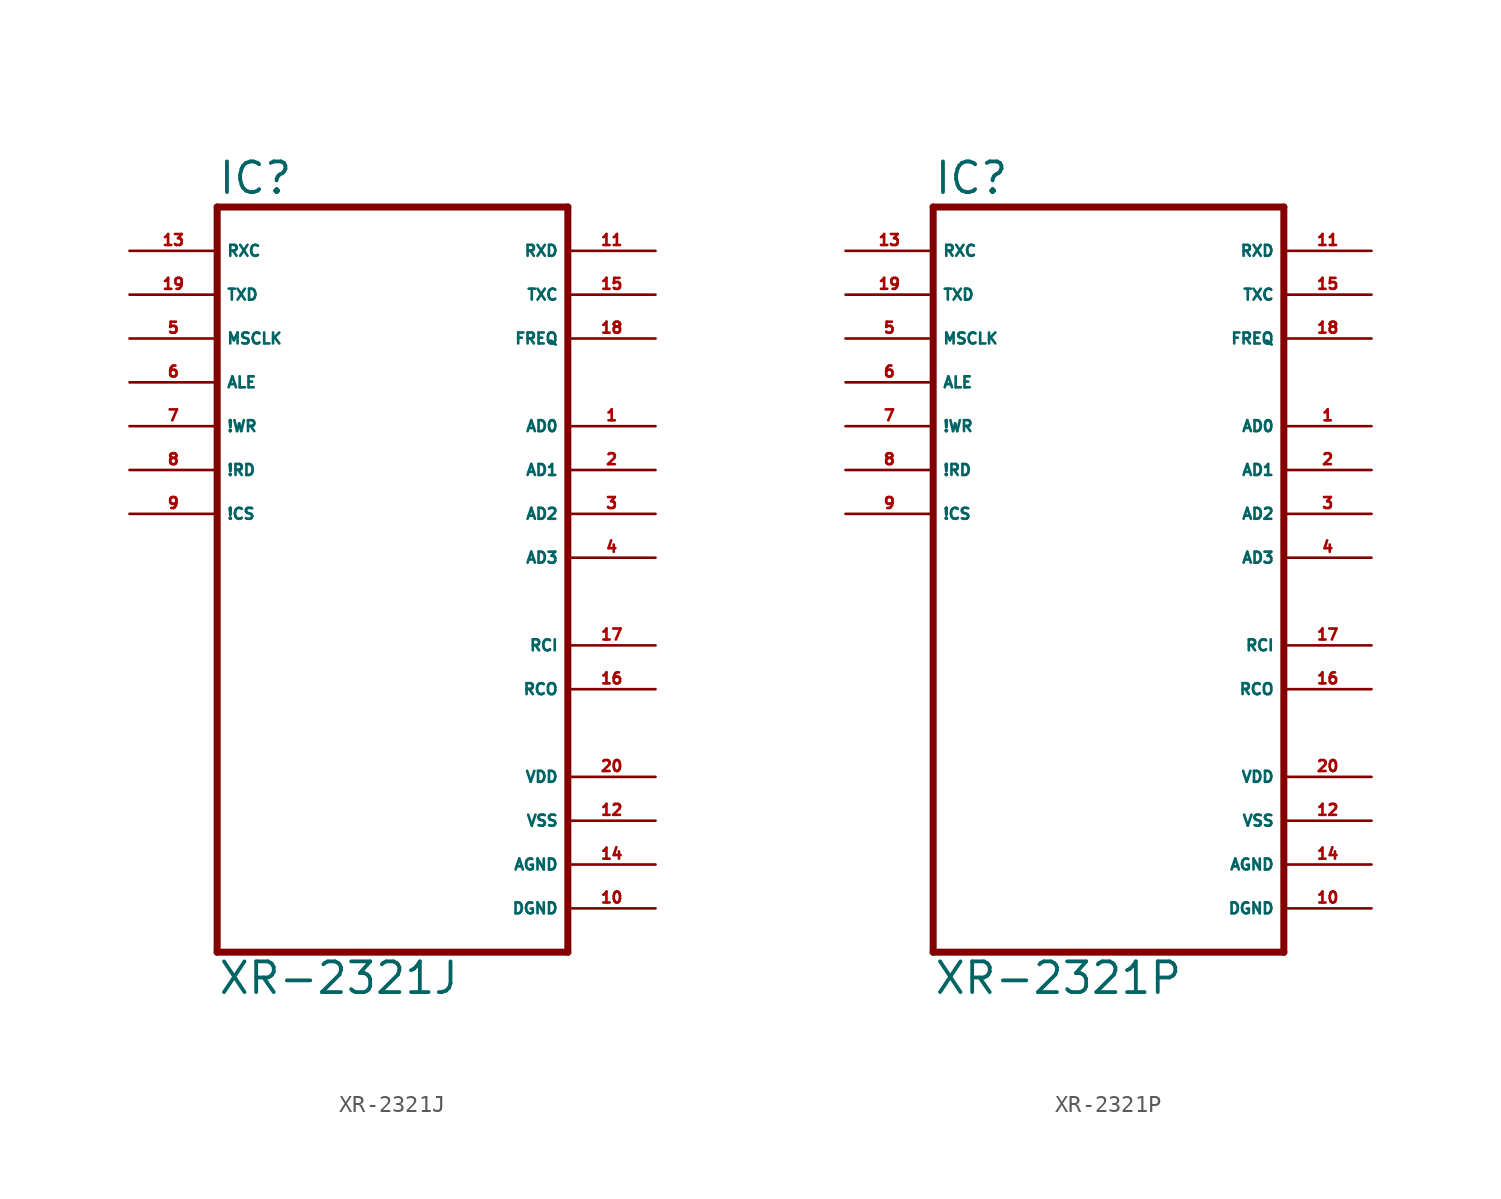
<source format=kicad_sym>
(kicad_symbol_lib
  (version 20220914)
  (generator Eagle2Kicad)
  (symbol "XR-2321J"
    (property "Reference" "IC"
      (at -10.16 23.495 0)
      (effects (font (size 1.778 1.778) (thickness 0.22)) (justify left bottom)))
    (property "Value" "XR-2321J"
      (at -10.16 -22.86 0)
      (effects (font (size 1.778 1.778) (thickness 0.22)) (justify left bottom)))
    (polyline
      (pts (xy -10.16 22.86) (xy 10.16 22.86))
      (stroke (width 0.406) (type default))
      (fill (type none)))
    (polyline
      (pts (xy 10.16 22.86) (xy 10.16 -20.32))
      (stroke (width 0.406) (type default))
      (fill (type none)))
    (polyline
      (pts (xy 10.16 -20.32) (xy -10.16 -20.32))
      (stroke (width 0.406) (type default))
      (fill (type none)))
    (polyline
      (pts (xy -10.16 -20.32) (xy -10.16 22.86))
      (stroke (width 0.406) (type default))
      (fill (type none)))
    (pin bidirectional line
      (at 15.24 10.16 180)
      (length 5.08)
      (name "AD0" (effects (font (size 0.635 0.635) (thickness 0.08)) (justify left bottom)))
      (number "1" (effects (font (size 0.635 0.635) (thickness 0.08)) (justify left bottom))))
    (pin bidirectional line
      (at 15.24 7.62 180)
      (length 5.08)
      (name "AD1" (effects (font (size 0.635 0.635) (thickness 0.08)) (justify left bottom)))
      (number "2" (effects (font (size 0.635 0.635) (thickness 0.08)) (justify left bottom))))
    (pin bidirectional line
      (at 15.24 5.08 180)
      (length 5.08)
      (name "AD2" (effects (font (size 0.635 0.635) (thickness 0.08)) (justify left bottom)))
      (number "3" (effects (font (size 0.635 0.635) (thickness 0.08)) (justify left bottom))))
    (pin bidirectional line
      (at 15.24 2.54 180)
      (length 5.08)
      (name "AD3" (effects (font (size 0.635 0.635) (thickness 0.08)) (justify left bottom)))
      (number "4" (effects (font (size 0.635 0.635) (thickness 0.08)) (justify left bottom))))
    (pin bidirectional line
      (at 15.24 -2.54 180)
      (length 5.08)
      (name "RCI" (effects (font (size 0.635 0.635) (thickness 0.08)) (justify left bottom)))
      (number "17" (effects (font (size 0.635 0.635) (thickness 0.08)) (justify left bottom))))
    (pin bidirectional line
      (at 15.24 -5.08 180)
      (length 5.08)
      (name "RCO" (effects (font (size 0.635 0.635) (thickness 0.08)) (justify left bottom)))
      (number "16" (effects (font (size 0.635 0.635) (thickness 0.08)) (justify left bottom))))
    (pin input line
      (at -15.24 20.32 0)
      (length 5.08)
      (name "RXC" (effects (font (size 0.635 0.635) (thickness 0.08)) (justify left bottom)))
      (number "13" (effects (font (size 0.635 0.635) (thickness 0.08)) (justify left bottom))))
    (pin input line
      (at -15.24 17.78 0)
      (length 5.08)
      (name "TXD" (effects (font (size 0.635 0.635) (thickness 0.08)) (justify left bottom)))
      (number "19" (effects (font (size 0.635 0.635) (thickness 0.08)) (justify left bottom))))
    (pin input line
      (at -15.24 15.24 0)
      (length 5.08)
      (name "MSCLK" (effects (font (size 0.635 0.635) (thickness 0.08)) (justify left bottom)))
      (number "5" (effects (font (size 0.635 0.635) (thickness 0.08)) (justify left bottom))))
    (pin input line
      (at -15.24 12.7 0)
      (length 5.08)
      (name "ALE" (effects (font (size 0.635 0.635) (thickness 0.08)) (justify left bottom)))
      (number "6" (effects (font (size 0.635 0.635) (thickness 0.08)) (justify left bottom))))
    (pin input line
      (at -15.24 10.16 0)
      (length 5.08)
      (name "!WR" (effects (font (size 0.635 0.635) (thickness 0.08)) (justify left bottom)))
      (number "7" (effects (font (size 0.635 0.635) (thickness 0.08)) (justify left bottom))))
    (pin input line
      (at -15.24 7.62 0)
      (length 5.08)
      (name "!RD" (effects (font (size 0.635 0.635) (thickness 0.08)) (justify left bottom)))
      (number "8" (effects (font (size 0.635 0.635) (thickness 0.08)) (justify left bottom))))
    (pin input line
      (at -15.24 5.08 0)
      (length 5.08)
      (name "!CS" (effects (font (size 0.635 0.635) (thickness 0.08)) (justify left bottom)))
      (number "9" (effects (font (size 0.635 0.635) (thickness 0.08)) (justify left bottom))))
    (pin output line
      (at 15.24 17.78 180)
      (length 5.08)
      (name "TXC" (effects (font (size 0.635 0.635) (thickness 0.08)) (justify left bottom)))
      (number "15" (effects (font (size 0.635 0.635) (thickness 0.08)) (justify left bottom))))
    (pin output line
      (at 15.24 20.32 180)
      (length 5.08)
      (name "RXD" (effects (font (size 0.635 0.635) (thickness 0.08)) (justify left bottom)))
      (number "11" (effects (font (size 0.635 0.635) (thickness 0.08)) (justify left bottom))))
    (pin output line
      (at 15.24 15.24 180)
      (length 5.08)
      (name "FREQ" (effects (font (size 0.635 0.635) (thickness 0.08)) (justify left bottom)))
      (number "18" (effects (font (size 0.635 0.635) (thickness 0.08)) (justify left bottom))))
    (pin unspecified line
      (at 15.24 -10.16 180)
      (length 5.08)
      (name "VDD" (effects (font (size 0.635 0.635) (thickness 0.08)) (justify left bottom)))
      (number "20" (effects (font (size 0.635 0.635) (thickness 0.08)) (justify left bottom))))
    (pin unspecified line
      (at 15.24 -12.7 180)
      (length 5.08)
      (name "VSS" (effects (font (size 0.635 0.635) (thickness 0.08)) (justify left bottom)))
      (number "12" (effects (font (size 0.635 0.635) (thickness 0.08)) (justify left bottom))))
    (pin unspecified line
      (at 15.24 -15.24 180)
      (length 5.08)
      (name "AGND" (effects (font (size 0.635 0.635) (thickness 0.08)) (justify left bottom)))
      (number "14" (effects (font (size 0.635 0.635) (thickness 0.08)) (justify left bottom))))
    (pin unspecified line
      (at 15.24 -17.78 180)
      (length 5.08)
      (name "DGND" (effects (font (size 0.635 0.635) (thickness 0.08)) (justify left bottom)))
      (number "10" (effects (font (size 0.635 0.635) (thickness 0.08)) (justify left bottom)))))
  (symbol "XR-2321P"
    (property "Reference" "IC"
      (at -10.16 23.495 0)
      (effects (font (size 1.778 1.778) (thickness 0.22)) (justify left bottom)))
    (property "Value" "XR-2321P"
      (at -10.16 -22.86 0)
      (effects (font (size 1.778 1.778) (thickness 0.22)) (justify left bottom)))
    (polyline
      (pts (xy -10.16 22.86) (xy 10.16 22.86))
      (stroke (width 0.406) (type default))
      (fill (type none)))
    (polyline
      (pts (xy 10.16 22.86) (xy 10.16 -20.32))
      (stroke (width 0.406) (type default))
      (fill (type none)))
    (polyline
      (pts (xy 10.16 -20.32) (xy -10.16 -20.32))
      (stroke (width 0.406) (type default))
      (fill (type none)))
    (polyline
      (pts (xy -10.16 -20.32) (xy -10.16 22.86))
      (stroke (width 0.406) (type default))
      (fill (type none)))
    (pin bidirectional line
      (at 15.24 10.16 180)
      (length 5.08)
      (name "AD0" (effects (font (size 0.635 0.635) (thickness 0.08)) (justify left bottom)))
      (number "1" (effects (font (size 0.635 0.635) (thickness 0.08)) (justify left bottom))))
    (pin bidirectional line
      (at 15.24 7.62 180)
      (length 5.08)
      (name "AD1" (effects (font (size 0.635 0.635) (thickness 0.08)) (justify left bottom)))
      (number "2" (effects (font (size 0.635 0.635) (thickness 0.08)) (justify left bottom))))
    (pin bidirectional line
      (at 15.24 5.08 180)
      (length 5.08)
      (name "AD2" (effects (font (size 0.635 0.635) (thickness 0.08)) (justify left bottom)))
      (number "3" (effects (font (size 0.635 0.635) (thickness 0.08)) (justify left bottom))))
    (pin bidirectional line
      (at 15.24 2.54 180)
      (length 5.08)
      (name "AD3" (effects (font (size 0.635 0.635) (thickness 0.08)) (justify left bottom)))
      (number "4" (effects (font (size 0.635 0.635) (thickness 0.08)) (justify left bottom))))
    (pin bidirectional line
      (at 15.24 -2.54 180)
      (length 5.08)
      (name "RCI" (effects (font (size 0.635 0.635) (thickness 0.08)) (justify left bottom)))
      (number "17" (effects (font (size 0.635 0.635) (thickness 0.08)) (justify left bottom))))
    (pin bidirectional line
      (at 15.24 -5.08 180)
      (length 5.08)
      (name "RCO" (effects (font (size 0.635 0.635) (thickness 0.08)) (justify left bottom)))
      (number "16" (effects (font (size 0.635 0.635) (thickness 0.08)) (justify left bottom))))
    (pin input line
      (at -15.24 20.32 0)
      (length 5.08)
      (name "RXC" (effects (font (size 0.635 0.635) (thickness 0.08)) (justify left bottom)))
      (number "13" (effects (font (size 0.635 0.635) (thickness 0.08)) (justify left bottom))))
    (pin input line
      (at -15.24 17.78 0)
      (length 5.08)
      (name "TXD" (effects (font (size 0.635 0.635) (thickness 0.08)) (justify left bottom)))
      (number "19" (effects (font (size 0.635 0.635) (thickness 0.08)) (justify left bottom))))
    (pin input line
      (at -15.24 15.24 0)
      (length 5.08)
      (name "MSCLK" (effects (font (size 0.635 0.635) (thickness 0.08)) (justify left bottom)))
      (number "5" (effects (font (size 0.635 0.635) (thickness 0.08)) (justify left bottom))))
    (pin input line
      (at -15.24 12.7 0)
      (length 5.08)
      (name "ALE" (effects (font (size 0.635 0.635) (thickness 0.08)) (justify left bottom)))
      (number "6" (effects (font (size 0.635 0.635) (thickness 0.08)) (justify left bottom))))
    (pin input line
      (at -15.24 10.16 0)
      (length 5.08)
      (name "!WR" (effects (font (size 0.635 0.635) (thickness 0.08)) (justify left bottom)))
      (number "7" (effects (font (size 0.635 0.635) (thickness 0.08)) (justify left bottom))))
    (pin input line
      (at -15.24 7.62 0)
      (length 5.08)
      (name "!RD" (effects (font (size 0.635 0.635) (thickness 0.08)) (justify left bottom)))
      (number "8" (effects (font (size 0.635 0.635) (thickness 0.08)) (justify left bottom))))
    (pin input line
      (at -15.24 5.08 0)
      (length 5.08)
      (name "!CS" (effects (font (size 0.635 0.635) (thickness 0.08)) (justify left bottom)))
      (number "9" (effects (font (size 0.635 0.635) (thickness 0.08)) (justify left bottom))))
    (pin output line
      (at 15.24 17.78 180)
      (length 5.08)
      (name "TXC" (effects (font (size 0.635 0.635) (thickness 0.08)) (justify left bottom)))
      (number "15" (effects (font (size 0.635 0.635) (thickness 0.08)) (justify left bottom))))
    (pin output line
      (at 15.24 20.32 180)
      (length 5.08)
      (name "RXD" (effects (font (size 0.635 0.635) (thickness 0.08)) (justify left bottom)))
      (number "11" (effects (font (size 0.635 0.635) (thickness 0.08)) (justify left bottom))))
    (pin output line
      (at 15.24 15.24 180)
      (length 5.08)
      (name "FREQ" (effects (font (size 0.635 0.635) (thickness 0.08)) (justify left bottom)))
      (number "18" (effects (font (size 0.635 0.635) (thickness 0.08)) (justify left bottom))))
    (pin unspecified line
      (at 15.24 -10.16 180)
      (length 5.08)
      (name "VDD" (effects (font (size 0.635 0.635) (thickness 0.08)) (justify left bottom)))
      (number "20" (effects (font (size 0.635 0.635) (thickness 0.08)) (justify left bottom))))
    (pin unspecified line
      (at 15.24 -12.7 180)
      (length 5.08)
      (name "VSS" (effects (font (size 0.635 0.635) (thickness 0.08)) (justify left bottom)))
      (number "12" (effects (font (size 0.635 0.635) (thickness 0.08)) (justify left bottom))))
    (pin unspecified line
      (at 15.24 -15.24 180)
      (length 5.08)
      (name "AGND" (effects (font (size 0.635 0.635) (thickness 0.08)) (justify left bottom)))
      (number "14" (effects (font (size 0.635 0.635) (thickness 0.08)) (justify left bottom))))
    (pin unspecified line
      (at 15.24 -17.78 180)
      (length 5.08)
      (name "DGND" (effects (font (size 0.635 0.635) (thickness 0.08)) (justify left bottom)))
      (number "10" (effects (font (size 0.635 0.635) (thickness 0.08)) (justify left bottom))))))
</source>
